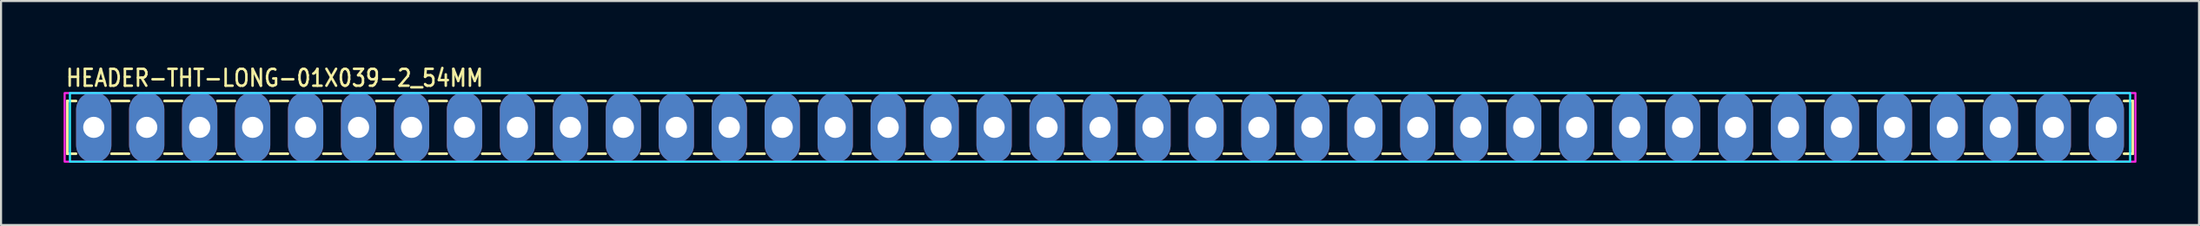
<source format=kicad_pcb>
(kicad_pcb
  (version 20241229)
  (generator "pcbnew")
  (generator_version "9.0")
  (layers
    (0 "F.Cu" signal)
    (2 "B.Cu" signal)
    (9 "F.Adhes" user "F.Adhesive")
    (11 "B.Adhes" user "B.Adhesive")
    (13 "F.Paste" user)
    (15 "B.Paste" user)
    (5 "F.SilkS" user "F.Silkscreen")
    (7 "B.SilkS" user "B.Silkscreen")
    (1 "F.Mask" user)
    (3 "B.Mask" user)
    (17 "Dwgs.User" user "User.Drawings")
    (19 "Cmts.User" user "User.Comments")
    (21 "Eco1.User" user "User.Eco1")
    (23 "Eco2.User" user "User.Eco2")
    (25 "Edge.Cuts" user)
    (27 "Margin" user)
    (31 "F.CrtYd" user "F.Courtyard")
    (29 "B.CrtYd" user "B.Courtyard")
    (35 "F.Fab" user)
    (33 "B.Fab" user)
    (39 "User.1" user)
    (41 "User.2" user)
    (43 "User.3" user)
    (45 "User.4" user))
  (footprint "HEADER-THT-LONG-01X039-2_54MM"
    (layer "F.Cu")
    (at 1.447 3.079)
    (property "Reference" "HEADER-THT-LONG-01X039-2_54MM" (at -1.4 -1.9 0) (unlocked yes) (layer "F.SilkS") (effects (font (size 0.813 0.695) (thickness 0.122)) (justify left bottom)))
    (fp_line (start -1.27 -1.27) (end -1.27 1.27) (stroke (width 0.127) (type solid)) (layer "F.SilkS"))
    (fp_line (start -1.27 1.27) (end -0.85 1.27) (stroke (width 0.127) (type solid)) (layer "F.SilkS"))
    (fp_line (start -0.85 -1.27) (end -1.27 -1.27) (stroke (width 0.127) (type solid)) (layer "F.SilkS"))
    (fp_line (start 0.85 -1.27) (end 1.69 -1.27) (stroke (width 0.127) (type solid)) (layer "F.SilkS"))
    (fp_line (start 0.85 1.27) (end 1.69 1.27) (stroke (width 0.127) (type solid)) (layer "F.SilkS"))
    (fp_line (start 3.39 -1.27) (end 4.23 -1.27) (stroke (width 0.127) (type solid)) (layer "F.SilkS"))
    (fp_line (start 3.39 1.27) (end 4.23 1.27) (stroke (width 0.127) (type solid)) (layer "F.SilkS"))
    (fp_line (start 5.93 -1.27) (end 6.77 -1.27) (stroke (width 0.127) (type solid)) (layer "F.SilkS"))
    (fp_line (start 5.93 1.27) (end 6.77 1.27) (stroke (width 0.127) (type solid)) (layer "F.SilkS"))
    (fp_line (start 8.47 -1.27) (end 9.31 -1.27) (stroke (width 0.127) (type solid)) (layer "F.SilkS"))
    (fp_line (start 8.47 1.27) (end 9.31 1.27) (stroke (width 0.127) (type solid)) (layer "F.SilkS"))
    (fp_line (start 11.01 -1.27) (end 11.85 -1.27) (stroke (width 0.127) (type solid)) (layer "F.SilkS"))
    (fp_line (start 11.01 1.27) (end 11.85 1.27) (stroke (width 0.127) (type solid)) (layer "F.SilkS"))
    (fp_line (start 13.55 -1.27) (end 14.39 -1.27) (stroke (width 0.127) (type solid)) (layer "F.SilkS"))
    (fp_line (start 13.55 1.27) (end 14.39 1.27) (stroke (width 0.127) (type solid)) (layer "F.SilkS"))
    (fp_line (start 16.09 -1.27) (end 16.93 -1.27) (stroke (width 0.127) (type solid)) (layer "F.SilkS"))
    (fp_line (start 16.09 1.27) (end 16.93 1.27) (stroke (width 0.127) (type solid)) (layer "F.SilkS"))
    (fp_line (start 18.63 -1.27) (end 19.47 -1.27) (stroke (width 0.127) (type solid)) (layer "F.SilkS"))
    (fp_line (start 18.63 1.27) (end 19.47 1.27) (stroke (width 0.127) (type solid)) (layer "F.SilkS"))
    (fp_line (start 21.17 -1.27) (end 22.01 -1.27) (stroke (width 0.127) (type solid)) (layer "F.SilkS"))
    (fp_line (start 21.17 1.27) (end 22.01 1.27) (stroke (width 0.127) (type solid)) (layer "F.SilkS"))
    (fp_line (start 23.71 -1.27) (end 24.55 -1.27) (stroke (width 0.127) (type solid)) (layer "F.SilkS"))
    (fp_line (start 23.71 1.27) (end 24.55 1.27) (stroke (width 0.127) (type solid)) (layer "F.SilkS"))
    (fp_line (start 26.25 -1.27) (end 27.09 -1.27) (stroke (width 0.127) (type solid)) (layer "F.SilkS"))
    (fp_line (start 26.25 1.27) (end 27.09 1.27) (stroke (width 0.127) (type solid)) (layer "F.SilkS"))
    (fp_line (start 28.79 -1.27) (end 29.63 -1.27) (stroke (width 0.127) (type solid)) (layer "F.SilkS"))
    (fp_line (start 28.79 1.27) (end 29.63 1.27) (stroke (width 0.127) (type solid)) (layer "F.SilkS"))
    (fp_line (start 31.33 -1.27) (end 32.17 -1.27) (stroke (width 0.127) (type solid)) (layer "F.SilkS"))
    (fp_line (start 31.33 1.27) (end 32.17 1.27) (stroke (width 0.127) (type solid)) (layer "F.SilkS"))
    (fp_line (start 33.87 -1.27) (end 34.71 -1.27) (stroke (width 0.127) (type solid)) (layer "F.SilkS"))
    (fp_line (start 33.87 1.27) (end 34.71 1.27) (stroke (width 0.127) (type solid)) (layer "F.SilkS"))
    (fp_line (start 36.41 -1.27) (end 37.25 -1.27) (stroke (width 0.127) (type solid)) (layer "F.SilkS"))
    (fp_line (start 36.41 1.27) (end 37.25 1.27) (stroke (width 0.127) (type solid)) (layer "F.SilkS"))
    (fp_line (start 38.95 -1.27) (end 39.79 -1.27) (stroke (width 0.127) (type solid)) (layer "F.SilkS"))
    (fp_line (start 38.95 1.27) (end 39.79 1.27) (stroke (width 0.127) (type solid)) (layer "F.SilkS"))
    (fp_line (start 41.49 -1.27) (end 42.33 -1.27) (stroke (width 0.127) (type solid)) (layer "F.SilkS"))
    (fp_line (start 41.49 1.27) (end 42.33 1.27) (stroke (width 0.127) (type solid)) (layer "F.SilkS"))
    (fp_line (start 44.03 -1.27) (end 44.87 -1.27) (stroke (width 0.127) (type solid)) (layer "F.SilkS"))
    (fp_line (start 44.03 1.27) (end 44.87 1.27) (stroke (width 0.127) (type solid)) (layer "F.SilkS"))
    (fp_line (start 46.57 -1.27) (end 47.41 -1.27) (stroke (width 0.127) (type solid)) (layer "F.SilkS"))
    (fp_line (start 46.57 1.27) (end 47.41 1.27) (stroke (width 0.127) (type solid)) (layer "F.SilkS"))
    (fp_line (start 49.11 -1.27) (end 49.95 -1.27) (stroke (width 0.127) (type solid)) (layer "F.SilkS"))
    (fp_line (start 49.11 1.27) (end 49.95 1.27) (stroke (width 0.127) (type solid)) (layer "F.SilkS"))
    (fp_line (start 51.65 -1.27) (end 52.49 -1.27) (stroke (width 0.127) (type solid)) (layer "F.SilkS"))
    (fp_line (start 51.65 1.27) (end 52.49 1.27) (stroke (width 0.127) (type solid)) (layer "F.SilkS"))
    (fp_line (start 54.19 -1.27) (end 55.03 -1.27) (stroke (width 0.127) (type solid)) (layer "F.SilkS"))
    (fp_line (start 54.19 1.27) (end 55.03 1.27) (stroke (width 0.127) (type solid)) (layer "F.SilkS"))
    (fp_line (start 56.73 -1.27) (end 57.57 -1.27) (stroke (width 0.127) (type solid)) (layer "F.SilkS"))
    (fp_line (start 56.73 1.27) (end 57.57 1.27) (stroke (width 0.127) (type solid)) (layer "F.SilkS"))
    (fp_line (start 59.27 -1.27) (end 60.11 -1.27) (stroke (width 0.127) (type solid)) (layer "F.SilkS"))
    (fp_line (start 59.27 1.27) (end 60.11 1.27) (stroke (width 0.127) (type solid)) (layer "F.SilkS"))
    (fp_line (start 61.81 -1.27) (end 62.65 -1.27) (stroke (width 0.127) (type solid)) (layer "F.SilkS"))
    (fp_line (start 61.81 1.27) (end 62.65 1.27) (stroke (width 0.127) (type solid)) (layer "F.SilkS"))
    (fp_line (start 64.35 -1.27) (end 65.19 -1.27) (stroke (width 0.127) (type solid)) (layer "F.SilkS"))
    (fp_line (start 64.35 1.27) (end 65.19 1.27) (stroke (width 0.127) (type solid)) (layer "F.SilkS"))
    (fp_line (start 66.89 -1.27) (end 67.73 -1.27) (stroke (width 0.127) (type solid)) (layer "F.SilkS"))
    (fp_line (start 66.89 1.27) (end 67.73 1.27) (stroke (width 0.127) (type solid)) (layer "F.SilkS"))
    (fp_line (start 69.43 -1.27) (end 70.27 -1.27) (stroke (width 0.127) (type solid)) (layer "F.SilkS"))
    (fp_line (start 69.43 1.27) (end 70.27 1.27) (stroke (width 0.127) (type solid)) (layer "F.SilkS"))
    (fp_line (start 71.97 -1.27) (end 72.81 -1.27) (stroke (width 0.127) (type solid)) (layer "F.SilkS"))
    (fp_line (start 71.97 1.27) (end 72.81 1.27) (stroke (width 0.127) (type solid)) (layer "F.SilkS"))
    (fp_line (start 74.51 -1.27) (end 75.35 -1.27) (stroke (width 0.127) (type solid)) (layer "F.SilkS"))
    (fp_line (start 74.51 1.27) (end 75.35 1.27) (stroke (width 0.127) (type solid)) (layer "F.SilkS"))
    (fp_line (start 77.05 -1.27) (end 77.89 -1.27) (stroke (width 0.127) (type solid)) (layer "F.SilkS"))
    (fp_line (start 77.05 1.27) (end 77.89 1.27) (stroke (width 0.127) (type solid)) (layer "F.SilkS"))
    (fp_line (start 79.59 -1.27) (end 80.43 -1.27) (stroke (width 0.127) (type solid)) (layer "F.SilkS"))
    (fp_line (start 79.59 1.27) (end 80.43 1.27) (stroke (width 0.127) (type solid)) (layer "F.SilkS"))
    (fp_line (start 82.13 -1.27) (end 82.97 -1.27) (stroke (width 0.127) (type solid)) (layer "F.SilkS"))
    (fp_line (start 82.13 1.27) (end 82.97 1.27) (stroke (width 0.127) (type solid)) (layer "F.SilkS"))
    (fp_line (start 84.67 -1.27) (end 85.51 -1.27) (stroke (width 0.127) (type solid)) (layer "F.SilkS"))
    (fp_line (start 84.67 1.27) (end 85.51 1.27) (stroke (width 0.127) (type solid)) (layer "F.SilkS"))
    (fp_line (start 87.21 -1.27) (end 88.05 -1.27) (stroke (width 0.127) (type solid)) (layer "F.SilkS"))
    (fp_line (start 87.21 1.27) (end 88.05 1.27) (stroke (width 0.127) (type solid)) (layer "F.SilkS"))
    (fp_line (start 89.75 -1.27) (end 90.59 -1.27) (stroke (width 0.127) (type solid)) (layer "F.SilkS"))
    (fp_line (start 89.75 1.27) (end 90.59 1.27) (stroke (width 0.127) (type solid)) (layer "F.SilkS"))
    (fp_line (start 92.29 -1.27) (end 93.13 -1.27) (stroke (width 0.127) (type solid)) (layer "F.SilkS"))
    (fp_line (start 92.29 1.27) (end 93.13 1.27) (stroke (width 0.127) (type solid)) (layer "F.SilkS"))
    (fp_line (start 94.83 -1.27) (end 95.67 -1.27) (stroke (width 0.127) (type solid)) (layer "F.SilkS"))
    (fp_line (start 94.83 1.27) (end 95.67 1.27) (stroke (width 0.127) (type solid)) (layer "F.SilkS"))
    (fp_line (start 97.37 -1.27) (end 97.79 -1.27) (stroke (width 0.127) (type solid)) (layer "F.SilkS"))
    (fp_line (start 97.79 -1.27) (end 97.79 1.27) (stroke (width 0.127) (type solid)) (layer "F.SilkS"))
    (fp_line (start 97.79 1.27) (end 97.37 1.27) (stroke (width 0.127) (type solid)) (layer "F.SilkS"))
    (fp_poly (pts (xy -1.143 -1.651) (xy 97.663 -1.651) (xy 97.663 1.651) (xy -1.143 1.651)) (stroke (width 0.1) (type solid)) (fill no) (layer "B.CrtYd"))
    (fp_poly (pts (xy -1.397 -1.651) (xy 97.917 -1.651) (xy 97.917 1.651) (xy -1.397 1.651)) (stroke (width 0.1) (type solid)) (fill no) (layer "F.CrtYd"))
    (pad "P$1" thru_hole oval (at 0 0 90) (size 3.387 1.693) (drill 1.016) (layers "*.Cu" "*.Mask"))
    (pad "P$2" thru_hole oval (at 2.54 0 90) (size 3.387 1.693) (drill 1.016) (layers "*.Cu" "*.Mask"))
    (pad "P$3" thru_hole oval (at 5.08 0 90) (size 3.387 1.693) (drill 1.016) (layers "*.Cu" "*.Mask"))
    (pad "P$4" thru_hole oval (at 7.62 0 90) (size 3.387 1.693) (drill 1.016) (layers "*.Cu" "*.Mask"))
    (pad "P$5" thru_hole oval (at 10.16 0 90) (size 3.387 1.693) (drill 1.016) (layers "*.Cu" "*.Mask"))
    (pad "P$6" thru_hole oval (at 12.7 0 90) (size 3.387 1.693) (drill 1.016) (layers "*.Cu" "*.Mask"))
    (pad "P$7" thru_hole oval (at 15.24 0 90) (size 3.387 1.693) (drill 1.016) (layers "*.Cu" "*.Mask"))
    (pad "P$8" thru_hole oval (at 17.78 0 90) (size 3.387 1.693) (drill 1.016) (layers "*.Cu" "*.Mask"))
    (pad "P$9" thru_hole oval (at 20.32 0 90) (size 3.387 1.693) (drill 1.016) (layers "*.Cu" "*.Mask"))
    (pad "P$10" thru_hole oval (at 22.86 0 90) (size 3.387 1.693) (drill 1.016) (layers "*.Cu" "*.Mask"))
    (pad "P$11" thru_hole oval (at 25.4 0 90) (size 3.387 1.693) (drill 1.016) (layers "*.Cu" "*.Mask"))
    (pad "P$12" thru_hole oval (at 27.94 0 90) (size 3.387 1.693) (drill 1.016) (layers "*.Cu" "*.Mask"))
    (pad "P$13" thru_hole oval (at 30.48 0 90) (size 3.387 1.693) (drill 1.016) (layers "*.Cu" "*.Mask"))
    (pad "P$14" thru_hole oval (at 33.02 0 90) (size 3.387 1.693) (drill 1.016) (layers "*.Cu" "*.Mask"))
    (pad "P$15" thru_hole oval (at 35.56 0 90) (size 3.387 1.693) (drill 1.016) (layers "*.Cu" "*.Mask"))
    (pad "P$16" thru_hole oval (at 38.1 0 90) (size 3.387 1.693) (drill 1.016) (layers "*.Cu" "*.Mask"))
    (pad "P$17" thru_hole oval (at 40.64 0 90) (size 3.387 1.693) (drill 1.016) (layers "*.Cu" "*.Mask"))
    (pad "P$18" thru_hole oval (at 43.18 0 90) (size 3.387 1.693) (drill 1.016) (layers "*.Cu" "*.Mask"))
    (pad "P$19" thru_hole oval (at 45.72 0 90) (size 3.387 1.693) (drill 1.016) (layers "*.Cu" "*.Mask"))
    (pad "P$20" thru_hole oval (at 48.26 0 90) (size 3.387 1.693) (drill 1.016) (layers "*.Cu" "*.Mask"))
    (pad "P$21" thru_hole oval (at 50.8 0 90) (size 3.387 1.693) (drill 1.016) (layers "*.Cu" "*.Mask"))
    (pad "P$22" thru_hole oval (at 53.34 0 90) (size 3.387 1.693) (drill 1.016) (layers "*.Cu" "*.Mask"))
    (pad "P$23" thru_hole oval (at 55.88 0 90) (size 3.387 1.693) (drill 1.016) (layers "*.Cu" "*.Mask"))
    (pad "P$24" thru_hole oval (at 58.42 0 90) (size 3.387 1.693) (drill 1.016) (layers "*.Cu" "*.Mask"))
    (pad "P$25" thru_hole oval (at 60.96 0 90) (size 3.387 1.693) (drill 1.016) (layers "*.Cu" "*.Mask"))
    (pad "P$26" thru_hole oval (at 63.5 0 90) (size 3.387 1.693) (drill 1.016) (layers "*.Cu" "*.Mask"))
    (pad "P$27" thru_hole oval (at 66.04 0 90) (size 3.387 1.693) (drill 1.016) (layers "*.Cu" "*.Mask"))
    (pad "P$28" thru_hole oval (at 68.58 0 90) (size 3.387 1.693) (drill 1.016) (layers "*.Cu" "*.Mask"))
    (pad "P$29" thru_hole oval (at 71.12 0 90) (size 3.387 1.693) (drill 1.016) (layers "*.Cu" "*.Mask"))
    (pad "P$30" thru_hole oval (at 73.66 0 90) (size 3.387 1.693) (drill 1.016) (layers "*.Cu" "*.Mask"))
    (pad "P$31" thru_hole oval (at 76.2 0 90) (size 3.387 1.693) (drill 1.016) (layers "*.Cu" "*.Mask"))
    (pad "P$32" thru_hole oval (at 78.74 0 90) (size 3.387 1.693) (drill 1.016) (layers "*.Cu" "*.Mask"))
    (pad "P$33" thru_hole oval (at 81.28 0 90) (size 3.387 1.693) (drill 1.016) (layers "*.Cu" "*.Mask"))
    (pad "P$34" thru_hole oval (at 83.82 0 90) (size 3.387 1.693) (drill 1.016) (layers "*.Cu" "*.Mask"))
    (pad "P$35" thru_hole oval (at 86.36 0 90) (size 3.387 1.693) (drill 1.016) (layers "*.Cu" "*.Mask"))
    (pad "P$36" thru_hole oval (at 88.9 0 90) (size 3.387 1.693) (drill 1.016) (layers "*.Cu" "*.Mask"))
    (pad "P$37" thru_hole oval (at 91.44 0 90) (size 3.387 1.693) (drill 1.016) (layers "*.Cu" "*.Mask"))
    (pad "P$38" thru_hole oval (at 93.98 0 90) (size 3.387 1.693) (drill 1.016) (layers "*.Cu" "*.Mask"))
    (pad "P$39" thru_hole oval (at 96.52 0 90) (size 3.387 1.693) (drill 1.016) (layers "*.Cu" "*.Mask")))
  (gr_rect
    (start -3 -3)
    (end 102.414 7.78)
    (stroke (width 0.1) (type default))
    (fill no)
    (layer "Edge.Cuts")))
</source>
